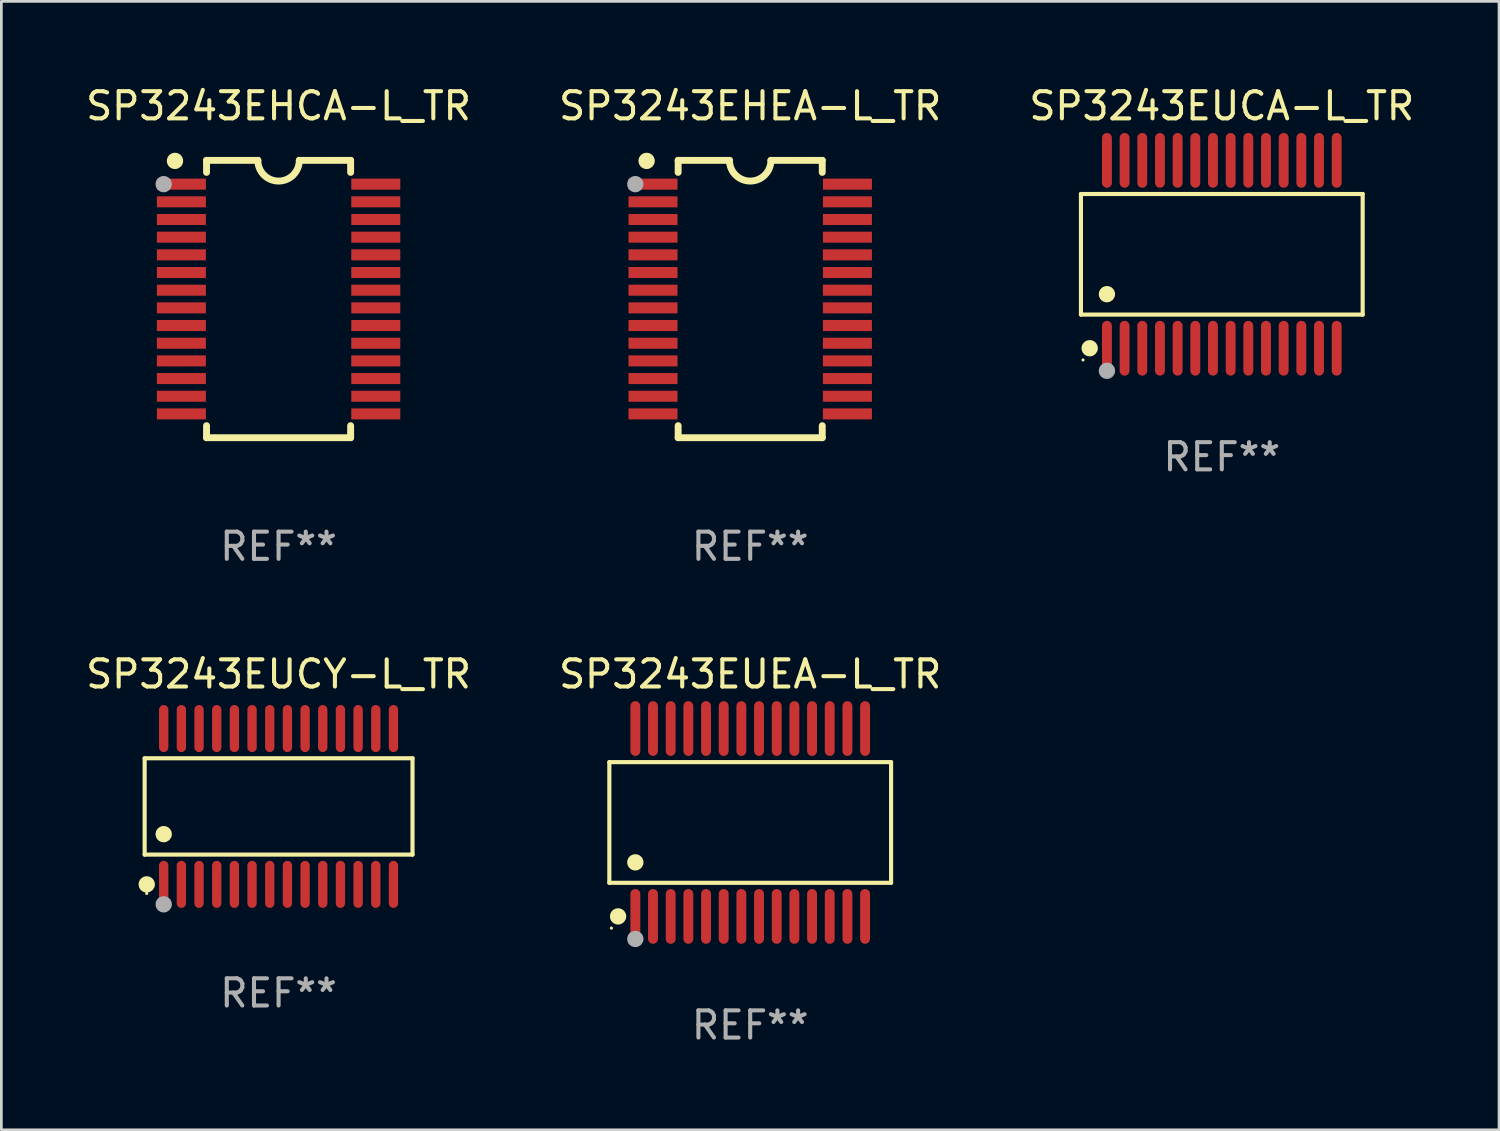
<source format=kicad_pcb>
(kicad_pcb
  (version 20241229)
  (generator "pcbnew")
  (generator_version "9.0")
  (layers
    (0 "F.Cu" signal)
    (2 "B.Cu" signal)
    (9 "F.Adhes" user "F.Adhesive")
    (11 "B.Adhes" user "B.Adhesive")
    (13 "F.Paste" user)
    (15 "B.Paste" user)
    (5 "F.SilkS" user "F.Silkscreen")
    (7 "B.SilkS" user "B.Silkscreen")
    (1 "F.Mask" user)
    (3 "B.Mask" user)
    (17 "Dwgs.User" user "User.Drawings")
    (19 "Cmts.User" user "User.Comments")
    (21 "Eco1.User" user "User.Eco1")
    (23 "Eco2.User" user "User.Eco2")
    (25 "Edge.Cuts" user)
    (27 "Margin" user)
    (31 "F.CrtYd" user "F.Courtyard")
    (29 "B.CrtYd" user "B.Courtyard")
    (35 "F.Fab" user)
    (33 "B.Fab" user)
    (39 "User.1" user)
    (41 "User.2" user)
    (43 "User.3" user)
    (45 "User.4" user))
  (footprint "SP3243EHEA-L_TR"
    (layer "F.Cu")
    (at 24.542 7.948)
    (property "Reference" "SP3243EHEA-L_TR" (at 0 -7.1 0) (layer "F.SilkS") (effects (font (size 1 1) (thickness 0.15))))
    (attr through_hole)
    (fp_line (start -2.65 -5.1) (end -0.762 -5.1) (stroke (width 0.254) (type solid)) (layer "F.SilkS"))
    (fp_line (start -2.65 -4.658) (end -2.65 -5.1) (stroke (width 0.254) (type solid)) (layer "F.SilkS"))
    (fp_line (start -2.65 5.1) (end -2.65 4.658) (stroke (width 0.254) (type solid)) (layer "F.SilkS"))
    (fp_line (start -2.65 5.1) (end 2.65 5.1) (stroke (width 0.254) (type solid)) (layer "F.SilkS"))
    (fp_line (start 2.65 -5.1) (end 0.762 -5.1) (stroke (width 0.254) (type solid)) (layer "F.SilkS"))
    (fp_line (start 2.65 -5.1) (end 2.65 -4.658) (stroke (width 0.254) (type solid)) (layer "F.SilkS"))
    (fp_line (start 2.65 4.658) (end 2.65 5.1) (stroke (width 0.254) (type solid)) (layer "F.SilkS"))
    (fp_arc (start 0.761925 -5.1) (mid -0.000241 -4.338329) (end -0.762077 -5.10033) (stroke (width 0.254001) (type solid)) (layer "F.SilkS"))
    (fp_circle (center -3.858 -5.07) (end -3.828 -5.07) (stroke (width 0.06) (type solid)) (fill no) (layer "F.SilkS"))
    (fp_circle (center -3.81 -5.08) (end -3.66 -5.08) (stroke (width 0.3) (type solid)) (fill no) (layer "F.SilkS"))
    (fp_circle (center -4.225 -4.225) (end -4.075 -4.225) (stroke (width 0.3) (type solid)) (fill no) (layer "F.Fab"))
    (fp_text user "REF**" (at 0 9.1 0) (layer "F.Fab") (effects (font (size 1 1) (thickness 0.15))))
    (pad "1" smd rect (at -3.575 -4.225) (size 1.803 0.406) (layers "F.Cu" "F.Mask" "F.Paste"))
    (pad "2" smd rect (at -3.575 -3.575) (size 1.803 0.406) (layers "F.Cu" "F.Mask" "F.Paste"))
    (pad "3" smd rect (at -3.575 -2.925) (size 1.803 0.406) (layers "F.Cu" "F.Mask" "F.Paste"))
    (pad "4" smd rect (at -3.575 -2.275) (size 1.803 0.406) (layers "F.Cu" "F.Mask" "F.Paste"))
    (pad "5" smd rect (at -3.575 -1.625) (size 1.803 0.406) (layers "F.Cu" "F.Mask" "F.Paste"))
    (pad "6" smd rect (at -3.575 -0.975) (size 1.803 0.406) (layers "F.Cu" "F.Mask" "F.Paste"))
    (pad "7" smd rect (at -3.575 -0.325) (size 1.803 0.406) (layers "F.Cu" "F.Mask" "F.Paste"))
    (pad "8" smd rect (at -3.575 0.325) (size 1.803 0.406) (layers "F.Cu" "F.Mask" "F.Paste"))
    (pad "9" smd rect (at -3.575 0.975) (size 1.803 0.406) (layers "F.Cu" "F.Mask" "F.Paste"))
    (pad "10" smd rect (at -3.575 1.625) (size 1.803 0.406) (layers "F.Cu" "F.Mask" "F.Paste"))
    (pad "11" smd rect (at -3.575 2.275) (size 1.803 0.406) (layers "F.Cu" "F.Mask" "F.Paste"))
    (pad "12" smd rect (at -3.575 2.925) (size 1.803 0.406) (layers "F.Cu" "F.Mask" "F.Paste"))
    (pad "13" smd rect (at -3.575 3.575) (size 1.803 0.406) (layers "F.Cu" "F.Mask" "F.Paste"))
    (pad "14" smd rect (at -3.575 4.225) (size 1.803 0.406) (layers "F.Cu" "F.Mask" "F.Paste"))
    (pad "15" smd rect (at 3.575 4.225) (size 1.803 0.406) (layers "F.Cu" "F.Mask" "F.Paste"))
    (pad "16" smd rect (at 3.575 3.575) (size 1.803 0.406) (layers "F.Cu" "F.Mask" "F.Paste"))
    (pad "17" smd rect (at 3.575 2.925) (size 1.803 0.406) (layers "F.Cu" "F.Mask" "F.Paste"))
    (pad "18" smd rect (at 3.575 2.275) (size 1.803 0.406) (layers "F.Cu" "F.Mask" "F.Paste"))
    (pad "19" smd rect (at 3.575 1.625) (size 1.803 0.406) (layers "F.Cu" "F.Mask" "F.Paste"))
    (pad "20" smd rect (at 3.575 0.975) (size 1.803 0.406) (layers "F.Cu" "F.Mask" "F.Paste"))
    (pad "21" smd rect (at 3.575 0.325) (size 1.803 0.406) (layers "F.Cu" "F.Mask" "F.Paste"))
    (pad "22" smd rect (at 3.575 -0.325) (size 1.803 0.406) (layers "F.Cu" "F.Mask" "F.Paste"))
    (pad "23" smd rect (at 3.575 -0.975) (size 1.803 0.406) (layers "F.Cu" "F.Mask" "F.Paste"))
    (pad "24" smd rect (at 3.575 -1.625) (size 1.803 0.406) (layers "F.Cu" "F.Mask" "F.Paste"))
    (pad "25" smd rect (at 3.575 -2.275) (size 1.803 0.406) (layers "F.Cu" "F.Mask" "F.Paste"))
    (pad "26" smd rect (at 3.575 -2.925) (size 1.803 0.406) (layers "F.Cu" "F.Mask" "F.Paste"))
    (pad "27" smd rect (at 3.575 -3.575) (size 1.803 0.406) (layers "F.Cu" "F.Mask" "F.Paste"))
    (pad "28" smd rect (at 3.575 -4.225) (size 1.803 0.406) (layers "F.Cu" "F.Mask" "F.Paste")))
  (footprint "SP3243EUCY-L_TR"
    (layer "F.Cu")
    (at 7.196 26.611)
    (property "Reference" "SP3243EUCY-L_TR" (at 0 -4.866 0) (layer "F.SilkS") (effects (font (size 1 1) (thickness 0.15))))
    (attr through_hole)
    (fp_line (start -4.926 -1.772) (end 4.926 -1.772) (stroke (width 0.152) (type solid)) (layer "F.SilkS"))
    (fp_line (start -4.926 1.771) (end -4.926 -1.772) (stroke (width 0.152) (type solid)) (layer "F.SilkS"))
    (fp_line (start 4.926 -1.772) (end 4.926 1.771) (stroke (width 0.152) (type solid)) (layer "F.SilkS"))
    (fp_line (start 4.926 1.771) (end -4.926 1.771) (stroke (width 0.152) (type solid)) (layer "F.SilkS"))
    (fp_circle (center -4.85 3.2) (end -4.82 3.2) (stroke (width 0.06) (type solid)) (fill no) (layer "F.SilkS"))
    (fp_circle (center -4.849 2.866) (end -4.699 2.866) (stroke (width 0.3) (type solid)) (fill no) (layer "F.SilkS"))
    (fp_circle (center -4.225 1.019) (end -4.075 1.019) (stroke (width 0.3) (type solid)) (fill no) (layer "F.SilkS"))
    (fp_circle (center -4.225 3.6) (end -4.075 3.6) (stroke (width 0.3) (type solid)) (fill no) (layer "F.Fab"))
    (fp_text user "REF**" (at 0 6.866 0) (layer "F.Fab") (effects (font (size 1 1) (thickness 0.15))))
    (pad "1" smd oval (at -4.225 2.866) (size 0.343 1.731) (layers "F.Cu" "F.Mask" "F.Paste"))
    (pad "2" smd oval (at -3.575 2.866) (size 0.343 1.731) (layers "F.Cu" "F.Mask" "F.Paste"))
    (pad "3" smd oval (at -2.925 2.866) (size 0.343 1.731) (layers "F.Cu" "F.Mask" "F.Paste"))
    (pad "4" smd oval (at -2.275 2.866) (size 0.343 1.731) (layers "F.Cu" "F.Mask" "F.Paste"))
    (pad "5" smd oval (at -1.625 2.866) (size 0.343 1.731) (layers "F.Cu" "F.Mask" "F.Paste"))
    (pad "6" smd oval (at -0.975 2.866) (size 0.343 1.731) (layers "F.Cu" "F.Mask" "F.Paste"))
    (pad "7" smd oval (at -0.325 2.866) (size 0.343 1.731) (layers "F.Cu" "F.Mask" "F.Paste"))
    (pad "8" smd oval (at 0.325 2.866) (size 0.343 1.731) (layers "F.Cu" "F.Mask" "F.Paste"))
    (pad "9" smd oval (at 0.975 2.866) (size 0.343 1.731) (layers "F.Cu" "F.Mask" "F.Paste"))
    (pad "10" smd oval (at 1.625 2.866) (size 0.343 1.731) (layers "F.Cu" "F.Mask" "F.Paste"))
    (pad "11" smd oval (at 2.275 2.866) (size 0.343 1.731) (layers "F.Cu" "F.Mask" "F.Paste"))
    (pad "12" smd oval (at 2.925 2.866) (size 0.343 1.731) (layers "F.Cu" "F.Mask" "F.Paste"))
    (pad "13" smd oval (at 3.575 2.866) (size 0.343 1.731) (layers "F.Cu" "F.Mask" "F.Paste"))
    (pad "14" smd oval (at 4.225 2.866) (size 0.343 1.731) (layers "F.Cu" "F.Mask" "F.Paste"))
    (pad "15" smd oval (at 4.225 -2.866) (size 0.343 1.731) (layers "F.Cu" "F.Mask" "F.Paste"))
    (pad "16" smd oval (at 3.575 -2.866) (size 0.343 1.731) (layers "F.Cu" "F.Mask" "F.Paste"))
    (pad "17" smd oval (at 2.925 -2.866) (size 0.343 1.731) (layers "F.Cu" "F.Mask" "F.Paste"))
    (pad "18" smd oval (at 2.275 -2.866) (size 0.343 1.731) (layers "F.Cu" "F.Mask" "F.Paste"))
    (pad "19" smd oval (at 1.625 -2.866) (size 0.343 1.731) (layers "F.Cu" "F.Mask" "F.Paste"))
    (pad "20" smd oval (at 0.975 -2.866) (size 0.343 1.731) (layers "F.Cu" "F.Mask" "F.Paste"))
    (pad "21" smd oval (at 0.325 -2.866) (size 0.343 1.731) (layers "F.Cu" "F.Mask" "F.Paste"))
    (pad "22" smd oval (at -0.325 -2.866) (size 0.343 1.731) (layers "F.Cu" "F.Mask" "F.Paste"))
    (pad "23" smd oval (at -0.975 -2.866) (size 0.343 1.731) (layers "F.Cu" "F.Mask" "F.Paste"))
    (pad "24" smd oval (at -1.625 -2.866) (size 0.343 1.731) (layers "F.Cu" "F.Mask" "F.Paste"))
    (pad "25" smd oval (at -2.275 -2.866) (size 0.343 1.731) (layers "F.Cu" "F.Mask" "F.Paste"))
    (pad "26" smd oval (at -2.925 -2.866) (size 0.343 1.731) (layers "F.Cu" "F.Mask" "F.Paste"))
    (pad "27" smd oval (at -3.575 -2.866) (size 0.343 1.731) (layers "F.Cu" "F.Mask" "F.Paste"))
    (pad "28" smd oval (at -4.225 -2.866) (size 0.343 1.731) (layers "F.Cu" "F.Mask" "F.Paste")))
  (footprint "SP3243EUCA-L_TR"
    (layer "F.Cu")
    (at 41.887 6.303)
    (property "Reference" "SP3243EUCA-L_TR" (at 0 -5.455 0) (layer "F.SilkS") (effects (font (size 1 1) (thickness 0.15))))
    (attr through_hole)
    (fp_line (start -5.181 -2.219) (end 5.181 -2.219) (stroke (width 0.152) (type solid)) (layer "F.SilkS"))
    (fp_line (start -5.181 2.219) (end -5.181 -2.219) (stroke (width 0.152) (type solid)) (layer "F.SilkS"))
    (fp_line (start 5.181 -2.219) (end 5.181 2.219) (stroke (width 0.152) (type solid)) (layer "F.SilkS"))
    (fp_line (start 5.181 2.219) (end -5.181 2.219) (stroke (width 0.152) (type solid)) (layer "F.SilkS"))
    (fp_circle (center -5.105 3.885) (end -5.075 3.885) (stroke (width 0.06) (type solid)) (fill no) (layer "F.SilkS"))
    (fp_circle (center -4.859 3.455) (end -4.709 3.455) (stroke (width 0.3) (type solid)) (fill no) (layer "F.SilkS"))
    (fp_circle (center -4.225 1.467) (end -4.075 1.467) (stroke (width 0.3) (type solid)) (fill no) (layer "F.SilkS"))
    (fp_circle (center -4.225 4.285) (end -4.075 4.285) (stroke (width 0.3) (type solid)) (fill no) (layer "F.Fab"))
    (fp_text user "REF**" (at 0 7.455 0) (layer "F.Fab") (effects (font (size 1 1) (thickness 0.15))))
    (pad "1" smd oval (at -4.225 3.455) (size 0.364 2.015) (layers "F.Cu" "F.Mask" "F.Paste"))
    (pad "2" smd oval (at -3.575 3.455) (size 0.364 2.015) (layers "F.Cu" "F.Mask" "F.Paste"))
    (pad "3" smd oval (at -2.925 3.455) (size 0.364 2.015) (layers "F.Cu" "F.Mask" "F.Paste"))
    (pad "4" smd oval (at -2.275 3.455) (size 0.364 2.015) (layers "F.Cu" "F.Mask" "F.Paste"))
    (pad "5" smd oval (at -1.625 3.455) (size 0.364 2.015) (layers "F.Cu" "F.Mask" "F.Paste"))
    (pad "6" smd oval (at -0.975 3.455) (size 0.364 2.015) (layers "F.Cu" "F.Mask" "F.Paste"))
    (pad "7" smd oval (at -0.325 3.455) (size 0.364 2.015) (layers "F.Cu" "F.Mask" "F.Paste"))
    (pad "8" smd oval (at 0.325 3.455) (size 0.364 2.015) (layers "F.Cu" "F.Mask" "F.Paste"))
    (pad "9" smd oval (at 0.975 3.455) (size 0.364 2.015) (layers "F.Cu" "F.Mask" "F.Paste"))
    (pad "10" smd oval (at 1.625 3.455) (size 0.364 2.015) (layers "F.Cu" "F.Mask" "F.Paste"))
    (pad "11" smd oval (at 2.275 3.455) (size 0.364 2.015) (layers "F.Cu" "F.Mask" "F.Paste"))
    (pad "12" smd oval (at 2.925 3.455) (size 0.364 2.015) (layers "F.Cu" "F.Mask" "F.Paste"))
    (pad "13" smd oval (at 3.575 3.455) (size 0.364 2.015) (layers "F.Cu" "F.Mask" "F.Paste"))
    (pad "14" smd oval (at 4.225 3.455) (size 0.364 2.015) (layers "F.Cu" "F.Mask" "F.Paste"))
    (pad "15" smd oval (at 4.225 -3.455) (size 0.364 2.015) (layers "F.Cu" "F.Mask" "F.Paste"))
    (pad "16" smd oval (at 3.575 -3.455) (size 0.364 2.015) (layers "F.Cu" "F.Mask" "F.Paste"))
    (pad "17" smd oval (at 2.925 -3.455) (size 0.364 2.015) (layers "F.Cu" "F.Mask" "F.Paste"))
    (pad "18" smd oval (at 2.275 -3.455) (size 0.364 2.015) (layers "F.Cu" "F.Mask" "F.Paste"))
    (pad "19" smd oval (at 1.625 -3.455) (size 0.364 2.015) (layers "F.Cu" "F.Mask" "F.Paste"))
    (pad "20" smd oval (at 0.975 -3.455) (size 0.364 2.015) (layers "F.Cu" "F.Mask" "F.Paste"))
    (pad "21" smd oval (at 0.325 -3.455) (size 0.364 2.015) (layers "F.Cu" "F.Mask" "F.Paste"))
    (pad "22" smd oval (at -0.325 -3.455) (size 0.364 2.015) (layers "F.Cu" "F.Mask" "F.Paste"))
    (pad "23" smd oval (at -0.975 -3.455) (size 0.364 2.015) (layers "F.Cu" "F.Mask" "F.Paste"))
    (pad "24" smd oval (at -1.625 -3.455) (size 0.364 2.015) (layers "F.Cu" "F.Mask" "F.Paste"))
    (pad "25" smd oval (at -2.275 -3.455) (size 0.364 2.015) (layers "F.Cu" "F.Mask" "F.Paste"))
    (pad "26" smd oval (at -2.925 -3.455) (size 0.364 2.015) (layers "F.Cu" "F.Mask" "F.Paste"))
    (pad "27" smd oval (at -3.575 -3.455) (size 0.364 2.015) (layers "F.Cu" "F.Mask" "F.Paste"))
    (pad "28" smd oval (at -4.225 -3.455) (size 0.364 2.015) (layers "F.Cu" "F.Mask" "F.Paste")))
  (footprint "SP3243EUEA-L_TR"
    (layer "F.Cu")
    (at 24.542 27.2)
    (property "Reference" "SP3243EUEA-L_TR" (at 0 -5.455 0) (layer "F.SilkS") (effects (font (size 1 1) (thickness 0.15))))
    (attr through_hole)
    (fp_line (start -5.181 -2.219) (end 5.181 -2.219) (stroke (width 0.152) (type solid)) (layer "F.SilkS"))
    (fp_line (start -5.181 2.219) (end -5.181 -2.219) (stroke (width 0.152) (type solid)) (layer "F.SilkS"))
    (fp_line (start 5.181 -2.219) (end 5.181 2.219) (stroke (width 0.152) (type solid)) (layer "F.SilkS"))
    (fp_line (start 5.181 2.219) (end -5.181 2.219) (stroke (width 0.152) (type solid)) (layer "F.SilkS"))
    (fp_circle (center -5.105 3.885) (end -5.075 3.885) (stroke (width 0.06) (type solid)) (fill no) (layer "F.SilkS"))
    (fp_circle (center -4.859 3.455) (end -4.709 3.455) (stroke (width 0.3) (type solid)) (fill no) (layer "F.SilkS"))
    (fp_circle (center -4.225 1.467) (end -4.075 1.467) (stroke (width 0.3) (type solid)) (fill no) (layer "F.SilkS"))
    (fp_circle (center -4.225 4.285) (end -4.075 4.285) (stroke (width 0.3) (type solid)) (fill no) (layer "F.Fab"))
    (fp_text user "REF**" (at 0 7.455 0) (layer "F.Fab") (effects (font (size 1 1) (thickness 0.15))))
    (pad "1" smd oval (at -4.225 3.455) (size 0.364 2.015) (layers "F.Cu" "F.Mask" "F.Paste"))
    (pad "2" smd oval (at -3.575 3.455) (size 0.364 2.015) (layers "F.Cu" "F.Mask" "F.Paste"))
    (pad "3" smd oval (at -2.925 3.455) (size 0.364 2.015) (layers "F.Cu" "F.Mask" "F.Paste"))
    (pad "4" smd oval (at -2.275 3.455) (size 0.364 2.015) (layers "F.Cu" "F.Mask" "F.Paste"))
    (pad "5" smd oval (at -1.625 3.455) (size 0.364 2.015) (layers "F.Cu" "F.Mask" "F.Paste"))
    (pad "6" smd oval (at -0.975 3.455) (size 0.364 2.015) (layers "F.Cu" "F.Mask" "F.Paste"))
    (pad "7" smd oval (at -0.325 3.455) (size 0.364 2.015) (layers "F.Cu" "F.Mask" "F.Paste"))
    (pad "8" smd oval (at 0.325 3.455) (size 0.364 2.015) (layers "F.Cu" "F.Mask" "F.Paste"))
    (pad "9" smd oval (at 0.975 3.455) (size 0.364 2.015) (layers "F.Cu" "F.Mask" "F.Paste"))
    (pad "10" smd oval (at 1.625 3.455) (size 0.364 2.015) (layers "F.Cu" "F.Mask" "F.Paste"))
    (pad "11" smd oval (at 2.275 3.455) (size 0.364 2.015) (layers "F.Cu" "F.Mask" "F.Paste"))
    (pad "12" smd oval (at 2.925 3.455) (size 0.364 2.015) (layers "F.Cu" "F.Mask" "F.Paste"))
    (pad "13" smd oval (at 3.575 3.455) (size 0.364 2.015) (layers "F.Cu" "F.Mask" "F.Paste"))
    (pad "14" smd oval (at 4.225 3.455) (size 0.364 2.015) (layers "F.Cu" "F.Mask" "F.Paste"))
    (pad "15" smd oval (at 4.225 -3.455) (size 0.364 2.015) (layers "F.Cu" "F.Mask" "F.Paste"))
    (pad "16" smd oval (at 3.575 -3.455) (size 0.364 2.015) (layers "F.Cu" "F.Mask" "F.Paste"))
    (pad "17" smd oval (at 2.925 -3.455) (size 0.364 2.015) (layers "F.Cu" "F.Mask" "F.Paste"))
    (pad "18" smd oval (at 2.275 -3.455) (size 0.364 2.015) (layers "F.Cu" "F.Mask" "F.Paste"))
    (pad "19" smd oval (at 1.625 -3.455) (size 0.364 2.015) (layers "F.Cu" "F.Mask" "F.Paste"))
    (pad "20" smd oval (at 0.975 -3.455) (size 0.364 2.015) (layers "F.Cu" "F.Mask" "F.Paste"))
    (pad "21" smd oval (at 0.325 -3.455) (size 0.364 2.015) (layers "F.Cu" "F.Mask" "F.Paste"))
    (pad "22" smd oval (at -0.325 -3.455) (size 0.364 2.015) (layers "F.Cu" "F.Mask" "F.Paste"))
    (pad "23" smd oval (at -0.975 -3.455) (size 0.364 2.015) (layers "F.Cu" "F.Mask" "F.Paste"))
    (pad "24" smd oval (at -1.625 -3.455) (size 0.364 2.015) (layers "F.Cu" "F.Mask" "F.Paste"))
    (pad "25" smd oval (at -2.275 -3.455) (size 0.364 2.015) (layers "F.Cu" "F.Mask" "F.Paste"))
    (pad "26" smd oval (at -2.925 -3.455) (size 0.364 2.015) (layers "F.Cu" "F.Mask" "F.Paste"))
    (pad "27" smd oval (at -3.575 -3.455) (size 0.364 2.015) (layers "F.Cu" "F.Mask" "F.Paste"))
    (pad "28" smd oval (at -4.225 -3.455) (size 0.364 2.015) (layers "F.Cu" "F.Mask" "F.Paste")))
  (footprint "SP3243EHCA-L_TR"
    (layer "F.Cu")
    (at 7.196 7.948)
    (property "Reference" "SP3243EHCA-L_TR" (at 0 -7.1 0) (layer "F.SilkS") (effects (font (size 1 1) (thickness 0.15))))
    (attr through_hole)
    (fp_line (start -2.65 -5.1) (end -0.762 -5.1) (stroke (width 0.254) (type solid)) (layer "F.SilkS"))
    (fp_line (start -2.65 -4.658) (end -2.65 -5.1) (stroke (width 0.254) (type solid)) (layer "F.SilkS"))
    (fp_line (start -2.65 5.1) (end -2.65 4.658) (stroke (width 0.254) (type solid)) (layer "F.SilkS"))
    (fp_line (start -2.65 5.1) (end 2.65 5.1) (stroke (width 0.254) (type solid)) (layer "F.SilkS"))
    (fp_line (start 2.65 -5.1) (end 0.762 -5.1) (stroke (width 0.254) (type solid)) (layer "F.SilkS"))
    (fp_line (start 2.65 -5.1) (end 2.65 -4.658) (stroke (width 0.254) (type solid)) (layer "F.SilkS"))
    (fp_line (start 2.65 4.658) (end 2.65 5.1) (stroke (width 0.254) (type solid)) (layer "F.SilkS"))
    (fp_arc (start 0.761925 -5.1) (mid -0.000241 -4.338329) (end -0.762077 -5.10033) (stroke (width 0.254001) (type solid)) (layer "F.SilkS"))
    (fp_circle (center -3.858 -5.07) (end -3.828 -5.07) (stroke (width 0.06) (type solid)) (fill no) (layer "F.SilkS"))
    (fp_circle (center -3.81 -5.08) (end -3.66 -5.08) (stroke (width 0.3) (type solid)) (fill no) (layer "F.SilkS"))
    (fp_circle (center -4.225 -4.225) (end -4.075 -4.225) (stroke (width 0.3) (type solid)) (fill no) (layer "F.Fab"))
    (fp_text user "REF**" (at 0 9.1 0) (layer "F.Fab") (effects (font (size 1 1) (thickness 0.15))))
    (pad "1" smd rect (at -3.575 -4.225) (size 1.803 0.406) (layers "F.Cu" "F.Mask" "F.Paste"))
    (pad "2" smd rect (at -3.575 -3.575) (size 1.803 0.406) (layers "F.Cu" "F.Mask" "F.Paste"))
    (pad "3" smd rect (at -3.575 -2.925) (size 1.803 0.406) (layers "F.Cu" "F.Mask" "F.Paste"))
    (pad "4" smd rect (at -3.575 -2.275) (size 1.803 0.406) (layers "F.Cu" "F.Mask" "F.Paste"))
    (pad "5" smd rect (at -3.575 -1.625) (size 1.803 0.406) (layers "F.Cu" "F.Mask" "F.Paste"))
    (pad "6" smd rect (at -3.575 -0.975) (size 1.803 0.406) (layers "F.Cu" "F.Mask" "F.Paste"))
    (pad "7" smd rect (at -3.575 -0.325) (size 1.803 0.406) (layers "F.Cu" "F.Mask" "F.Paste"))
    (pad "8" smd rect (at -3.575 0.325) (size 1.803 0.406) (layers "F.Cu" "F.Mask" "F.Paste"))
    (pad "9" smd rect (at -3.575 0.975) (size 1.803 0.406) (layers "F.Cu" "F.Mask" "F.Paste"))
    (pad "10" smd rect (at -3.575 1.625) (size 1.803 0.406) (layers "F.Cu" "F.Mask" "F.Paste"))
    (pad "11" smd rect (at -3.575 2.275) (size 1.803 0.406) (layers "F.Cu" "F.Mask" "F.Paste"))
    (pad "12" smd rect (at -3.575 2.925) (size 1.803 0.406) (layers "F.Cu" "F.Mask" "F.Paste"))
    (pad "13" smd rect (at -3.575 3.575) (size 1.803 0.406) (layers "F.Cu" "F.Mask" "F.Paste"))
    (pad "14" smd rect (at -3.575 4.225) (size 1.803 0.406) (layers "F.Cu" "F.Mask" "F.Paste"))
    (pad "15" smd rect (at 3.575 4.225) (size 1.803 0.406) (layers "F.Cu" "F.Mask" "F.Paste"))
    (pad "16" smd rect (at 3.575 3.575) (size 1.803 0.406) (layers "F.Cu" "F.Mask" "F.Paste"))
    (pad "17" smd rect (at 3.575 2.925) (size 1.803 0.406) (layers "F.Cu" "F.Mask" "F.Paste"))
    (pad "18" smd rect (at 3.575 2.275) (size 1.803 0.406) (layers "F.Cu" "F.Mask" "F.Paste"))
    (pad "19" smd rect (at 3.575 1.625) (size 1.803 0.406) (layers "F.Cu" "F.Mask" "F.Paste"))
    (pad "20" smd rect (at 3.575 0.975) (size 1.803 0.406) (layers "F.Cu" "F.Mask" "F.Paste"))
    (pad "21" smd rect (at 3.575 0.325) (size 1.803 0.406) (layers "F.Cu" "F.Mask" "F.Paste"))
    (pad "22" smd rect (at 3.575 -0.325) (size 1.803 0.406) (layers "F.Cu" "F.Mask" "F.Paste"))
    (pad "23" smd rect (at 3.575 -0.975) (size 1.803 0.406) (layers "F.Cu" "F.Mask" "F.Paste"))
    (pad "24" smd rect (at 3.575 -1.625) (size 1.803 0.406) (layers "F.Cu" "F.Mask" "F.Paste"))
    (pad "25" smd rect (at 3.575 -2.275) (size 1.803 0.406) (layers "F.Cu" "F.Mask" "F.Paste"))
    (pad "26" smd rect (at 3.575 -2.925) (size 1.803 0.406) (layers "F.Cu" "F.Mask" "F.Paste"))
    (pad "27" smd rect (at 3.575 -3.575) (size 1.803 0.406) (layers "F.Cu" "F.Mask" "F.Paste"))
    (pad "28" smd rect (at 3.575 -4.225) (size 1.803 0.406) (layers "F.Cu" "F.Mask" "F.Paste")))
  (gr_rect
    (start -3 -3)
    (end 52.083 38.503)
    (stroke (width 0.1) (type default))
    (fill no)
    (layer "Edge.Cuts")))
</source>
